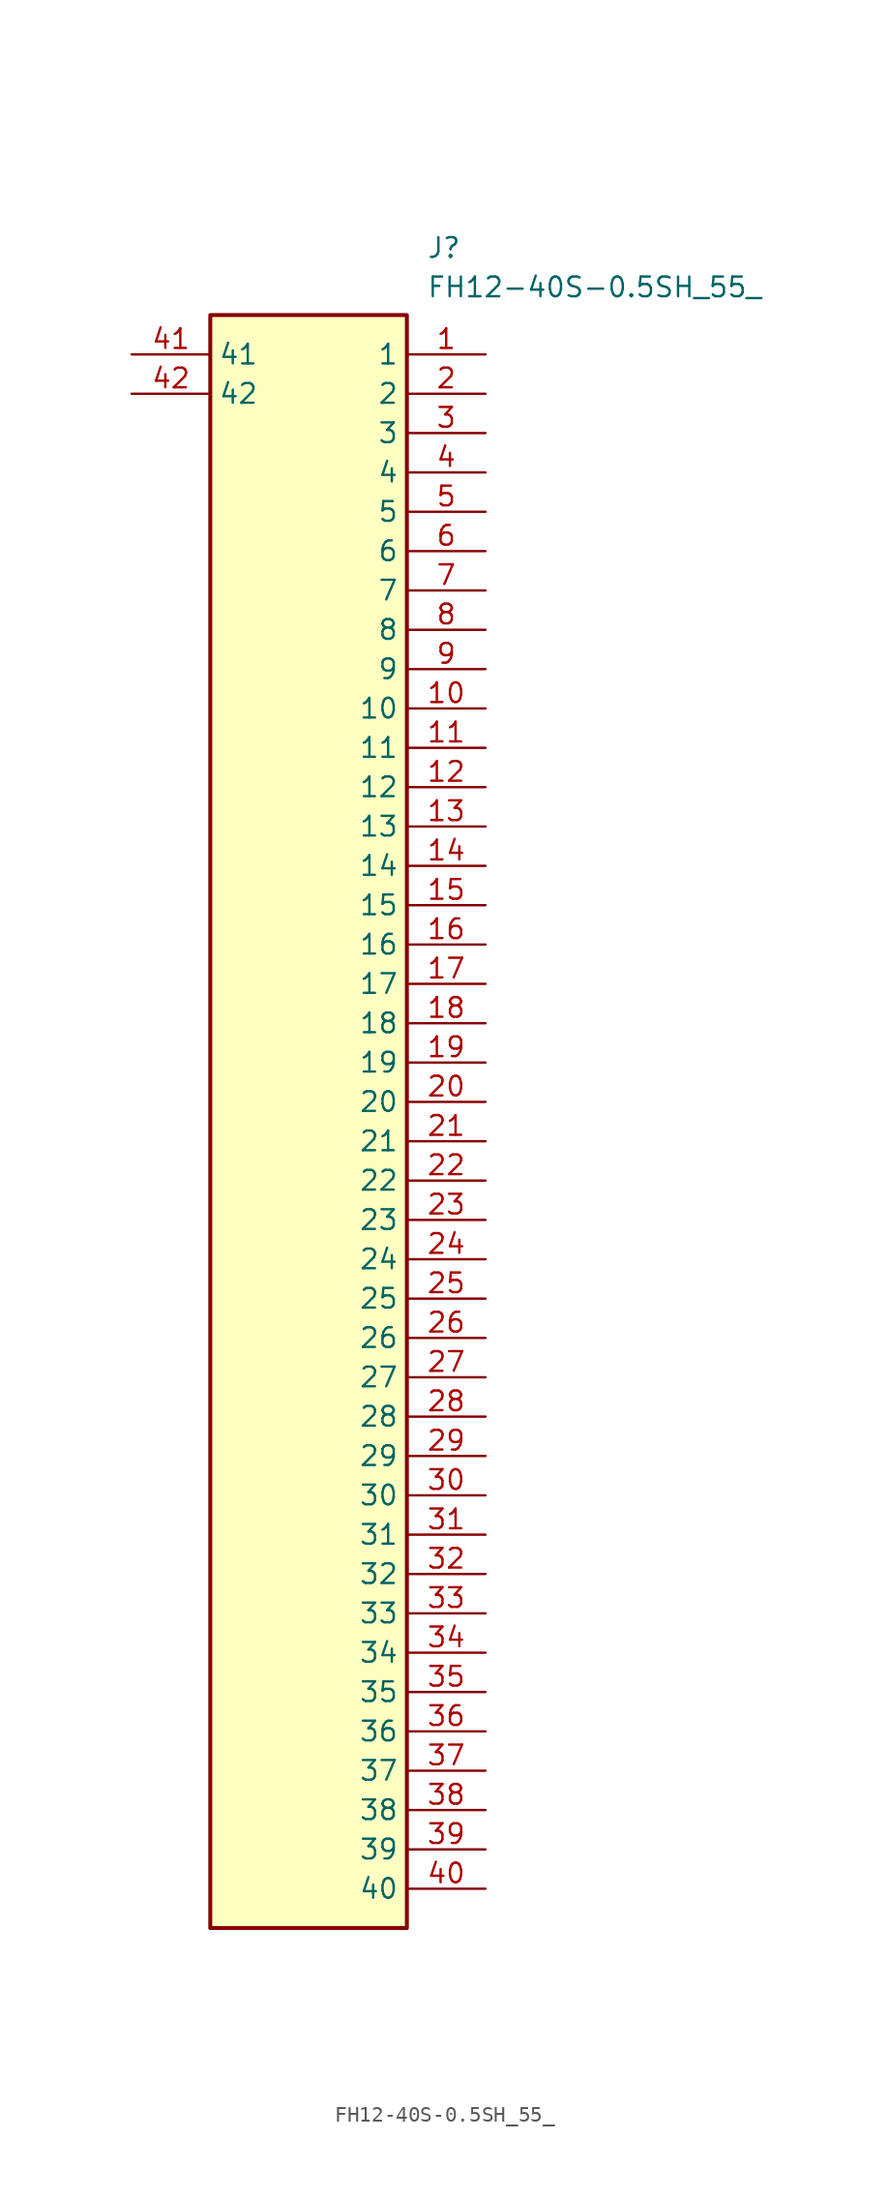
<source format=kicad_sym>
(kicad_symbol_lib
  (version 20211014)
  (generator SamacSys_ECAD_Model)
  (symbol "FH12-40S-0.5SH_55_"
    (property "Reference" "J"
      (at 19.05 7.62 0)
      (effects (font (size 1.27 1.27)) (justify left top)))
    (property "Value" "FH12-40S-0.5SH_55_"
      (at 19.05 5.08 0)
      (effects (font (size 1.27 1.27)) (justify left top)))
    (rectangle
      (start 5.08 2.54)
      (end 17.78 -101.6)
      (stroke (width 0.254) (type default))
      (fill (type background)))
    (pin passive line
      (at 22.86 0 180)
      (length 5.08)
      (name "1" (effects (font (size 1.27 1.27))))
      (number "1" (effects (font (size 1.27 1.27)))))
    (pin passive line
      (at 22.86 -2.54 180)
      (length 5.08)
      (name "2" (effects (font (size 1.27 1.27))))
      (number "2" (effects (font (size 1.27 1.27)))))
    (pin passive line
      (at 22.86 -5.08 180)
      (length 5.08)
      (name "3" (effects (font (size 1.27 1.27))))
      (number "3" (effects (font (size 1.27 1.27)))))
    (pin passive line
      (at 22.86 -7.62 180)
      (length 5.08)
      (name "4" (effects (font (size 1.27 1.27))))
      (number "4" (effects (font (size 1.27 1.27)))))
    (pin passive line
      (at 22.86 -10.16 180)
      (length 5.08)
      (name "5" (effects (font (size 1.27 1.27))))
      (number "5" (effects (font (size 1.27 1.27)))))
    (pin passive line
      (at 22.86 -12.7 180)
      (length 5.08)
      (name "6" (effects (font (size 1.27 1.27))))
      (number "6" (effects (font (size 1.27 1.27)))))
    (pin passive line
      (at 22.86 -15.24 180)
      (length 5.08)
      (name "7" (effects (font (size 1.27 1.27))))
      (number "7" (effects (font (size 1.27 1.27)))))
    (pin passive line
      (at 22.86 -17.78 180)
      (length 5.08)
      (name "8" (effects (font (size 1.27 1.27))))
      (number "8" (effects (font (size 1.27 1.27)))))
    (pin passive line
      (at 22.86 -20.32 180)
      (length 5.08)
      (name "9" (effects (font (size 1.27 1.27))))
      (number "9" (effects (font (size 1.27 1.27)))))
    (pin passive line
      (at 22.86 -22.86 180)
      (length 5.08)
      (name "10" (effects (font (size 1.27 1.27))))
      (number "10" (effects (font (size 1.27 1.27)))))
    (pin passive line
      (at 22.86 -25.4 180)
      (length 5.08)
      (name "11" (effects (font (size 1.27 1.27))))
      (number "11" (effects (font (size 1.27 1.27)))))
    (pin passive line
      (at 22.86 -27.94 180)
      (length 5.08)
      (name "12" (effects (font (size 1.27 1.27))))
      (number "12" (effects (font (size 1.27 1.27)))))
    (pin passive line
      (at 22.86 -30.48 180)
      (length 5.08)
      (name "13" (effects (font (size 1.27 1.27))))
      (number "13" (effects (font (size 1.27 1.27)))))
    (pin passive line
      (at 22.86 -33.02 180)
      (length 5.08)
      (name "14" (effects (font (size 1.27 1.27))))
      (number "14" (effects (font (size 1.27 1.27)))))
    (pin passive line
      (at 22.86 -35.56 180)
      (length 5.08)
      (name "15" (effects (font (size 1.27 1.27))))
      (number "15" (effects (font (size 1.27 1.27)))))
    (pin passive line
      (at 22.86 -38.1 180)
      (length 5.08)
      (name "16" (effects (font (size 1.27 1.27))))
      (number "16" (effects (font (size 1.27 1.27)))))
    (pin passive line
      (at 22.86 -40.64 180)
      (length 5.08)
      (name "17" (effects (font (size 1.27 1.27))))
      (number "17" (effects (font (size 1.27 1.27)))))
    (pin passive line
      (at 22.86 -43.18 180)
      (length 5.08)
      (name "18" (effects (font (size 1.27 1.27))))
      (number "18" (effects (font (size 1.27 1.27)))))
    (pin passive line
      (at 22.86 -45.72 180)
      (length 5.08)
      (name "19" (effects (font (size 1.27 1.27))))
      (number "19" (effects (font (size 1.27 1.27)))))
    (pin passive line
      (at 22.86 -48.26 180)
      (length 5.08)
      (name "20" (effects (font (size 1.27 1.27))))
      (number "20" (effects (font (size 1.27 1.27)))))
    (pin passive line
      (at 22.86 -50.8 180)
      (length 5.08)
      (name "21" (effects (font (size 1.27 1.27))))
      (number "21" (effects (font (size 1.27 1.27)))))
    (pin passive line
      (at 22.86 -53.34 180)
      (length 5.08)
      (name "22" (effects (font (size 1.27 1.27))))
      (number "22" (effects (font (size 1.27 1.27)))))
    (pin passive line
      (at 22.86 -55.88 180)
      (length 5.08)
      (name "23" (effects (font (size 1.27 1.27))))
      (number "23" (effects (font (size 1.27 1.27)))))
    (pin passive line
      (at 22.86 -58.42 180)
      (length 5.08)
      (name "24" (effects (font (size 1.27 1.27))))
      (number "24" (effects (font (size 1.27 1.27)))))
    (pin passive line
      (at 22.86 -60.96 180)
      (length 5.08)
      (name "25" (effects (font (size 1.27 1.27))))
      (number "25" (effects (font (size 1.27 1.27)))))
    (pin passive line
      (at 22.86 -63.5 180)
      (length 5.08)
      (name "26" (effects (font (size 1.27 1.27))))
      (number "26" (effects (font (size 1.27 1.27)))))
    (pin passive line
      (at 22.86 -66.04 180)
      (length 5.08)
      (name "27" (effects (font (size 1.27 1.27))))
      (number "27" (effects (font (size 1.27 1.27)))))
    (pin passive line
      (at 22.86 -68.58 180)
      (length 5.08)
      (name "28" (effects (font (size 1.27 1.27))))
      (number "28" (effects (font (size 1.27 1.27)))))
    (pin passive line
      (at 22.86 -71.12 180)
      (length 5.08)
      (name "29" (effects (font (size 1.27 1.27))))
      (number "29" (effects (font (size 1.27 1.27)))))
    (pin passive line
      (at 22.86 -73.66 180)
      (length 5.08)
      (name "30" (effects (font (size 1.27 1.27))))
      (number "30" (effects (font (size 1.27 1.27)))))
    (pin passive line
      (at 22.86 -76.2 180)
      (length 5.08)
      (name "31" (effects (font (size 1.27 1.27))))
      (number "31" (effects (font (size 1.27 1.27)))))
    (pin passive line
      (at 22.86 -78.74 180)
      (length 5.08)
      (name "32" (effects (font (size 1.27 1.27))))
      (number "32" (effects (font (size 1.27 1.27)))))
    (pin passive line
      (at 22.86 -81.28 180)
      (length 5.08)
      (name "33" (effects (font (size 1.27 1.27))))
      (number "33" (effects (font (size 1.27 1.27)))))
    (pin passive line
      (at 22.86 -83.82 180)
      (length 5.08)
      (name "34" (effects (font (size 1.27 1.27))))
      (number "34" (effects (font (size 1.27 1.27)))))
    (pin passive line
      (at 22.86 -86.36 180)
      (length 5.08)
      (name "35" (effects (font (size 1.27 1.27))))
      (number "35" (effects (font (size 1.27 1.27)))))
    (pin passive line
      (at 22.86 -88.9 180)
      (length 5.08)
      (name "36" (effects (font (size 1.27 1.27))))
      (number "36" (effects (font (size 1.27 1.27)))))
    (pin passive line
      (at 22.86 -91.44 180)
      (length 5.08)
      (name "37" (effects (font (size 1.27 1.27))))
      (number "37" (effects (font (size 1.27 1.27)))))
    (pin passive line
      (at 22.86 -93.98 180)
      (length 5.08)
      (name "38" (effects (font (size 1.27 1.27))))
      (number "38" (effects (font (size 1.27 1.27)))))
    (pin passive line
      (at 22.86 -96.52 180)
      (length 5.08)
      (name "39" (effects (font (size 1.27 1.27))))
      (number "39" (effects (font (size 1.27 1.27)))))
    (pin passive line
      (at 22.86 -99.06 180)
      (length 5.08)
      (name "40" (effects (font (size 1.27 1.27))))
      (number "40" (effects (font (size 1.27 1.27)))))
    (pin passive line
      (at 0 0 0)
      (length 5.08)
      (name "41" (effects (font (size 1.27 1.27))))
      (number "41" (effects (font (size 1.27 1.27)))))
    (pin passive line
      (at 0 -2.54 0)
      (length 5.08)
      (name "42" (effects (font (size 1.27 1.27))))
      (number "42" (effects (font (size 1.27 1.27)))))))
</source>
